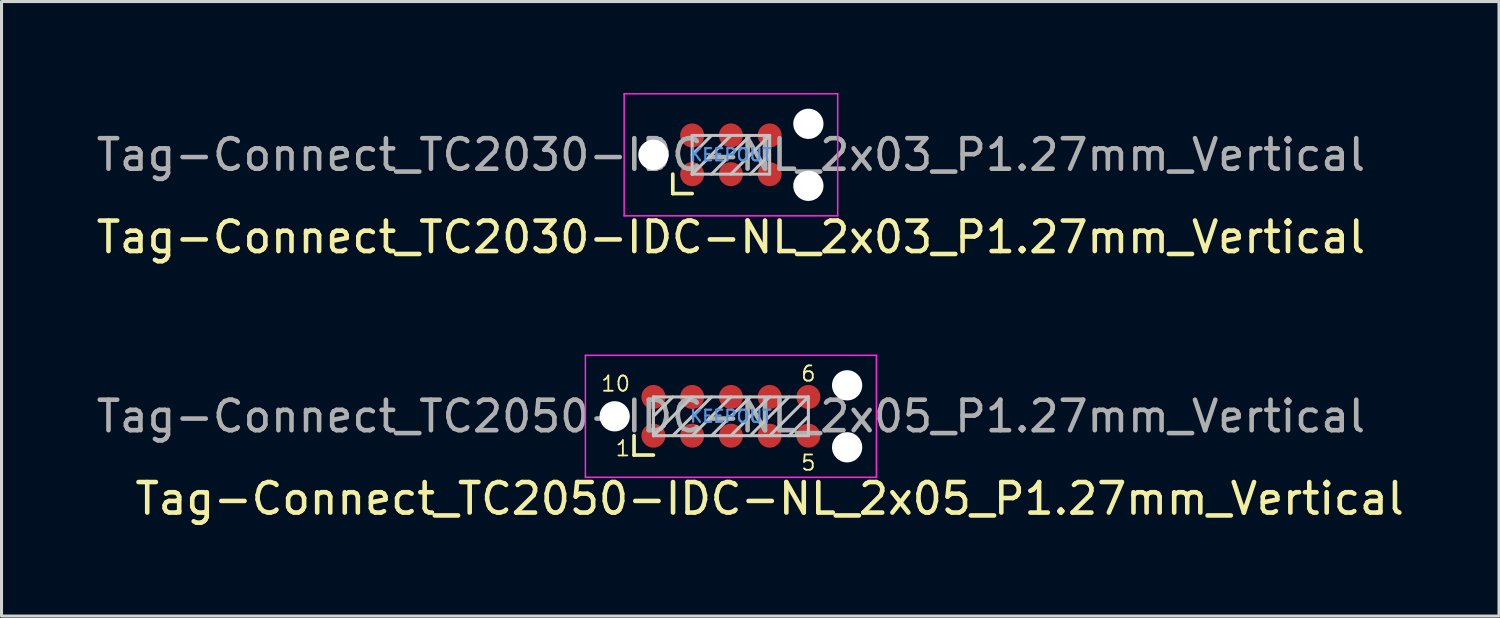
<source format=kicad_pcb>
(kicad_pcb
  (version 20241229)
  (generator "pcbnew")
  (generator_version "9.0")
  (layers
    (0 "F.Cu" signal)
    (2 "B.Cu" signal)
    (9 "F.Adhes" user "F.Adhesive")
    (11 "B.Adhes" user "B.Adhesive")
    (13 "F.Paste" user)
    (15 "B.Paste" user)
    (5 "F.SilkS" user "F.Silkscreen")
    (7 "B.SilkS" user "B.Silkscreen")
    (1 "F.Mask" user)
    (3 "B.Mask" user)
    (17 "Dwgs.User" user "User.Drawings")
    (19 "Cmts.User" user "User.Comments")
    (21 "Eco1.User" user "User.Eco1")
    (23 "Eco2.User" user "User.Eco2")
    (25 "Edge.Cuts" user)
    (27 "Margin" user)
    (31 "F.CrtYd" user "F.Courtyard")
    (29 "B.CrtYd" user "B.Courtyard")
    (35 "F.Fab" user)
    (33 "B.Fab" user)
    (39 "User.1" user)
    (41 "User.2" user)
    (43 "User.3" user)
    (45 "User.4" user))
  (footprint "Tag-Connect_TC2050-IDC-NL_2x05_P1.27mm_Vertical"
    (layer "F.Cu")
    (at 20.911 10.598)
    (property "Reference" "Tag-Connect_TC2050-IDC-NL_2x05_P1.27mm_Vertical" (at 1.27 2.7 0) (layer "F.SilkS") (effects (font (size 1 1) (thickness 0.15))))
    (attr exclude_from_pos_files exclude_from_bom)
    (fp_line (start -3.175 1.27) (end -3.175 0.635) (stroke (width 0.12) (type solid)) (layer "F.SilkS"))
    (fp_line (start -2.54 1.27) (end -3.175 1.27) (stroke (width 0.12) (type solid)) (layer "F.SilkS"))
    (fp_line (start -2.54 -0.635) (end 2.54 -0.635) (stroke (width 0.1) (type solid)) (layer "Dwgs.User"))
    (fp_line (start -2.54 0) (end -1.905 -0.635) (stroke (width 0.1) (type solid)) (layer "Dwgs.User"))
    (fp_line (start -2.54 0.635) (end -2.54 -0.635) (stroke (width 0.1) (type solid)) (layer "Dwgs.User"))
    (fp_line (start -2.54 0.635) (end -1.27 -0.635) (stroke (width 0.1) (type solid)) (layer "Dwgs.User"))
    (fp_line (start -1.905 0.635) (end -0.635 -0.635) (stroke (width 0.1) (type solid)) (layer "Dwgs.User"))
    (fp_line (start -1.27 0.635) (end 0 -0.635) (stroke (width 0.1) (type solid)) (layer "Dwgs.User"))
    (fp_line (start -0.635 0.635) (end 0.635 -0.635) (stroke (width 0.1) (type solid)) (layer "Dwgs.User"))
    (fp_line (start 0 0.635) (end 1.27 -0.635) (stroke (width 0.1) (type solid)) (layer "Dwgs.User"))
    (fp_line (start 0.635 0.635) (end 1.905 -0.635) (stroke (width 0.1) (type solid)) (layer "Dwgs.User"))
    (fp_line (start 1.27 0.635) (end 2.54 -0.635) (stroke (width 0.1) (type solid)) (layer "Dwgs.User"))
    (fp_line (start 1.905 0.635) (end 2.54 0) (stroke (width 0.1) (type solid)) (layer "Dwgs.User"))
    (fp_line (start 2.54 -0.635) (end 2.54 0.635) (stroke (width 0.1) (type solid)) (layer "Dwgs.User"))
    (fp_line (start 2.54 0.635) (end -2.54 0.635) (stroke (width 0.1) (type solid)) (layer "Dwgs.User"))
    (fp_line (start -4.77 -2) (end 4.77 -2) (stroke (width 0.05) (type solid)) (layer "F.CrtYd"))
    (fp_line (start -4.77 2) (end -4.77 -2) (stroke (width 0.05) (type solid)) (layer "F.CrtYd"))
    (fp_line (start 4.77 -2) (end 4.77 2) (stroke (width 0.05) (type solid)) (layer "F.CrtYd"))
    (fp_line (start 4.77 2) (end -4.77 2) (stroke (width 0.05) (type solid)) (layer "F.CrtYd"))
    (fp_text user "5" (at 2.54 1.524 0) (layer "F.SilkS") (effects (font (size 0.5 0.5) (thickness 0.06))))
    (fp_text user "6" (at 2.54 -1.397 0) (layer "F.SilkS") (effects (font (size 0.5 0.5) (thickness 0.06))))
    (fp_text user "10" (at -3.264 -1.067 0) (layer "F.SilkS") (effects (font (size 0.5 0.5) (thickness 0.06)) (justify right)))
    (fp_text user "1" (at -3.264 1.054 0) (layer "F.SilkS") (effects (font (size 0.5 0.5) (thickness 0.06)) (justify right)))
    (fp_text user "KEEPOUT" (at 0 0 0) (layer "Cmts.User") (effects (font (size 0.4 0.4) (thickness 0.07))))
    (fp_text user "${REFERENCE}" (at 0 0 0) (layer "F.Fab") (effects (font (size 1 1) (thickness 0.15))))
    (pad "" np_thru_hole circle (at -3.81 0) (size 0.991 0.991) (drill 0.991) (layers "*.Cu" "*.Mask"))
    (pad "" np_thru_hole circle (at 3.81 -1.016) (size 0.991 0.991) (drill 0.991) (layers "*.Cu" "*.Mask"))
    (pad "" np_thru_hole circle (at 3.81 1.016) (size 0.991 0.991) (drill 0.991) (layers "*.Cu" "*.Mask"))
    (pad "1" connect circle (at -2.54 0.635) (size 0.787 0.787) (layers "F.Cu" "F.Mask"))
    (pad "2" connect circle (at -1.27 0.635) (size 0.787 0.787) (layers "F.Cu" "F.Mask"))
    (pad "3" connect circle (at 0 0.635) (size 0.787 0.787) (layers "F.Cu" "F.Mask"))
    (pad "4" connect circle (at 1.27 0.635) (size 0.787 0.787) (layers "F.Cu" "F.Mask"))
    (pad "5" connect circle (at 2.54 0.635) (size 0.787 0.787) (layers "F.Cu" "F.Mask"))
    (pad "6" connect circle (at 2.54 -0.635) (size 0.787 0.787) (layers "F.Cu" "F.Mask"))
    (pad "7" connect circle (at 1.27 -0.635) (size 0.787 0.787) (layers "F.Cu" "F.Mask"))
    (pad "8" connect circle (at 0 -0.635) (size 0.787 0.787) (layers "F.Cu" "F.Mask"))
    (pad "9" connect circle (at -1.27 -0.635) (size 0.787 0.787) (layers "F.Cu" "F.Mask"))
    (pad "10" connect circle (at -2.54 -0.635) (size 0.787 0.787) (layers "F.Cu" "F.Mask")))
  (footprint "Tag-Connect_TC2030-IDC-NL_2x03_P1.27mm_Vertical"
    (layer "F.Cu")
    (at 20.911 2.025)
    (property "Reference" "Tag-Connect_TC2030-IDC-NL_2x03_P1.27mm_Vertical" (at 0 2.7 0) (layer "F.SilkS") (effects (font (size 1 1) (thickness 0.15))))
    (attr exclude_from_pos_files exclude_from_bom)
    (fp_line (start -1.905 1.27) (end -1.905 0.635) (stroke (width 0.12) (type solid)) (layer "F.SilkS"))
    (fp_line (start -1.27 1.27) (end -1.905 1.27) (stroke (width 0.12) (type solid)) (layer "F.SilkS"))
    (fp_line (start -1.27 -0.635) (end 1.27 -0.635) (stroke (width 0.1) (type solid)) (layer "Dwgs.User"))
    (fp_line (start -1.27 0) (end -0.635 -0.635) (stroke (width 0.1) (type solid)) (layer "Dwgs.User"))
    (fp_line (start -1.27 0.635) (end -1.27 -0.635) (stroke (width 0.1) (type solid)) (layer "Dwgs.User"))
    (fp_line (start -1.27 0.635) (end 0 -0.635) (stroke (width 0.1) (type solid)) (layer "Dwgs.User"))
    (fp_line (start -0.635 0.635) (end 0.635 -0.635) (stroke (width 0.1) (type solid)) (layer "Dwgs.User"))
    (fp_line (start 0 0.635) (end 1.27 -0.635) (stroke (width 0.1) (type solid)) (layer "Dwgs.User"))
    (fp_line (start 0.635 0.635) (end 1.27 0) (stroke (width 0.1) (type solid)) (layer "Dwgs.User"))
    (fp_line (start 1.27 -0.635) (end 1.27 0.635) (stroke (width 0.1) (type solid)) (layer "Dwgs.User"))
    (fp_line (start 1.27 0.635) (end -1.27 0.635) (stroke (width 0.1) (type solid)) (layer "Dwgs.User"))
    (fp_line (start -3.5 -2) (end 3.5 -2) (stroke (width 0.05) (type solid)) (layer "F.CrtYd"))
    (fp_line (start -3.5 2) (end -3.5 -2) (stroke (width 0.05) (type solid)) (layer "F.CrtYd"))
    (fp_line (start 3.5 -2) (end 3.5 2) (stroke (width 0.05) (type solid)) (layer "F.CrtYd"))
    (fp_line (start 3.5 2) (end -3.5 2) (stroke (width 0.05) (type solid)) (layer "F.CrtYd"))
    (fp_text user "KEEPOUT" (at 0 0 0) (layer "Cmts.User") (effects (font (size 0.4 0.4) (thickness 0.07))))
    (fp_text user "${REFERENCE}" (at 0 0 0) (layer "F.Fab") (effects (font (size 1 1) (thickness 0.15))))
    (pad "" np_thru_hole circle (at -2.54 0) (size 0.991 0.991) (drill 0.991) (layers "*.Cu" "*.Mask"))
    (pad "" np_thru_hole circle (at 2.54 -1.016) (size 0.991 0.991) (drill 0.991) (layers "*.Cu" "*.Mask"))
    (pad "" np_thru_hole circle (at 2.54 1.016) (size 0.991 0.991) (drill 0.991) (layers "*.Cu" "*.Mask"))
    (pad "1" connect circle (at -1.27 0.635) (size 0.787 0.787) (layers "F.Cu" "F.Mask"))
    (pad "2" connect circle (at -1.27 -0.635) (size 0.787 0.787) (layers "F.Cu" "F.Mask"))
    (pad "3" connect circle (at 0 0.635) (size 0.787 0.787) (layers "F.Cu" "F.Mask"))
    (pad "4" connect circle (at 0 -0.635) (size 0.787 0.787) (layers "F.Cu" "F.Mask"))
    (pad "5" connect circle (at 1.27 0.635) (size 0.787 0.787) (layers "F.Cu" "F.Mask"))
    (pad "6" connect circle (at 1.27 -0.635) (size 0.787 0.787) (layers "F.Cu" "F.Mask")))
  (gr_rect
    (start -3 -3)
    (end 46.091 17.146)
    (stroke (width 0.1) (type default))
    (fill no)
    (layer "Edge.Cuts")))
</source>
